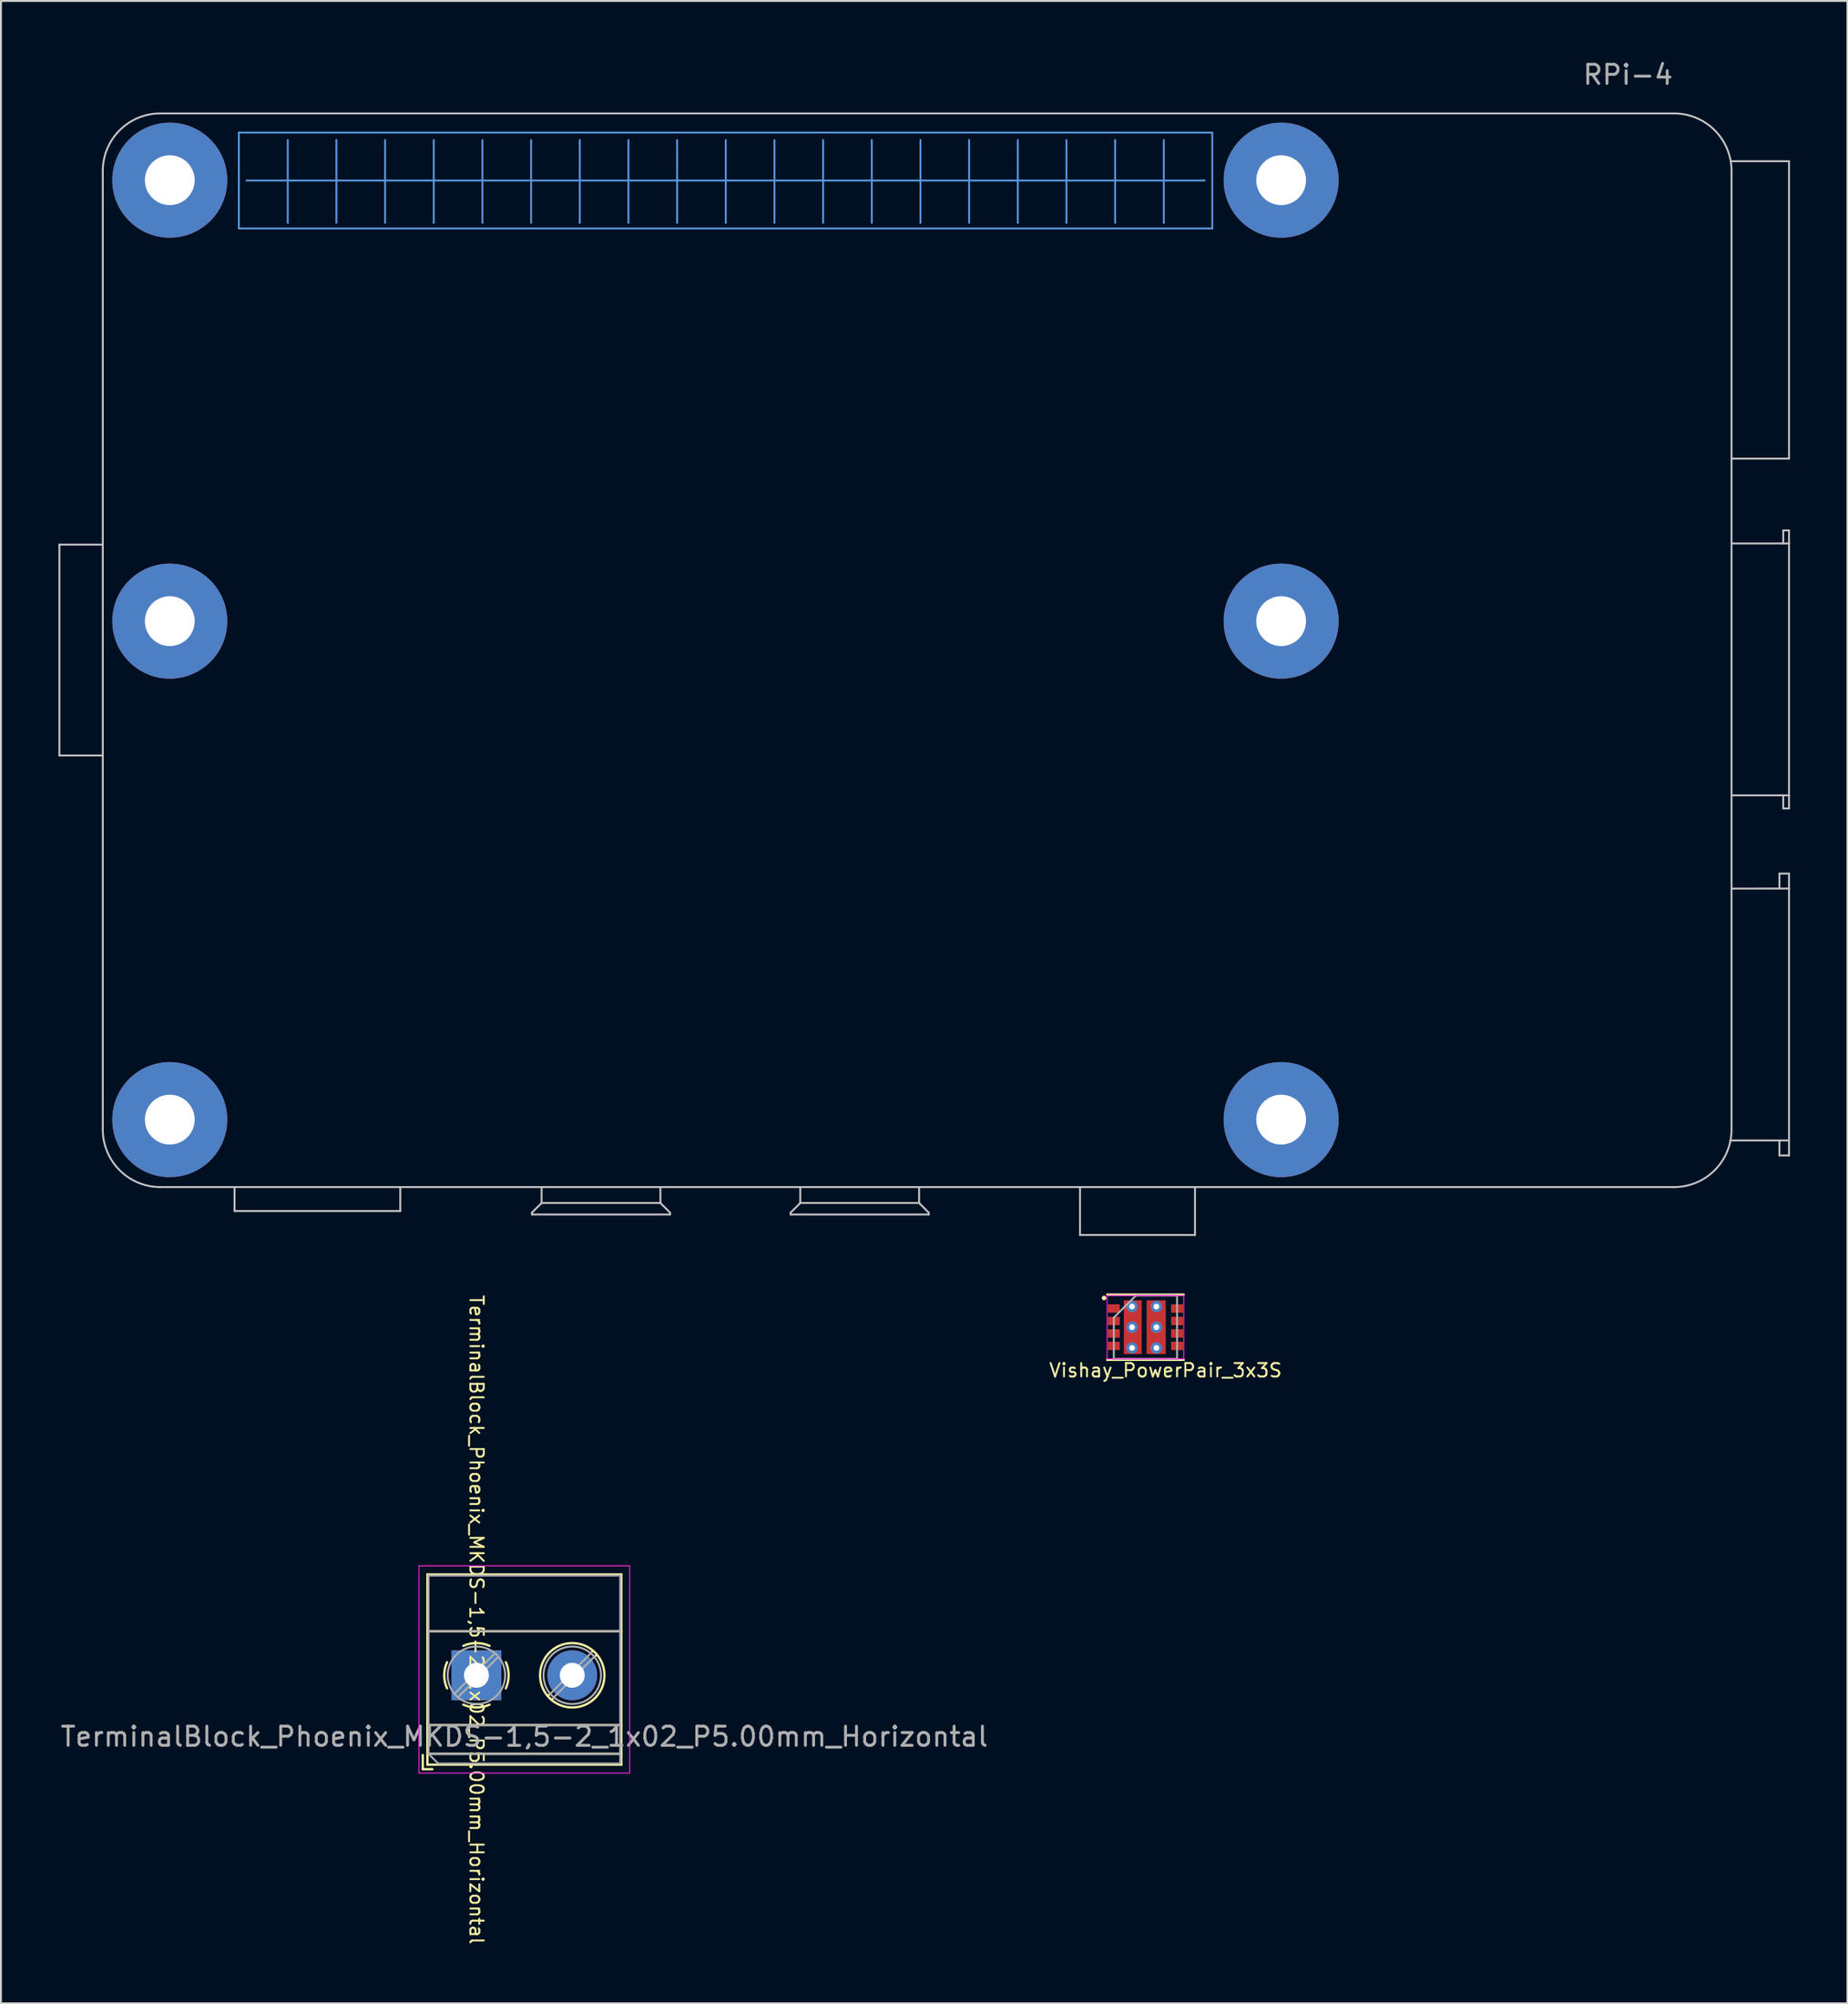
<source format=kicad_pcb>
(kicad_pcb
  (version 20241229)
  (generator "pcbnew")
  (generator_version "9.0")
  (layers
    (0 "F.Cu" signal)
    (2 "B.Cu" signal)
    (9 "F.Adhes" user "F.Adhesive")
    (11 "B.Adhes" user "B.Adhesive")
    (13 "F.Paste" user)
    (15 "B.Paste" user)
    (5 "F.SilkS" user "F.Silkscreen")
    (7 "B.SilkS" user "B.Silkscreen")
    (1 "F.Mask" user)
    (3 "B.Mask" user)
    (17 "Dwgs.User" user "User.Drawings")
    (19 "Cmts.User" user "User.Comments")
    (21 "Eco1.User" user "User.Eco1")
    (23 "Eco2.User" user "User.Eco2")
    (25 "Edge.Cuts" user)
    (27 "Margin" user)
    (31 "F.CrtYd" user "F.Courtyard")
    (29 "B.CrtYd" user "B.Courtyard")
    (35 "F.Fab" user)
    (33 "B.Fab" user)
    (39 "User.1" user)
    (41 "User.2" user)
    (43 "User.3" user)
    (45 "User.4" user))
  (footprint "TerminalBlock_Phoenix_MKDS-1,5-2_1x02_P5.00mm_Horizontal"
    (layer "F.Cu")
    (at 21.815 84.33)
    (property "Reference" "TerminalBlock_Phoenix_MKDS-1,5-2_1x02_P5.00mm_Horizontal" (at 0 -2.9 270) (unlocked yes) (layer "F.SilkS") (effects (font (size 0.7 0.7) (thickness 0.1))))
    (attr through_hole)
    (fp_line (start -2.8 4.16) (end -2.8 4.9) (stroke (width 0.12) (type solid)) (layer "F.SilkS"))
    (fp_line (start -2.8 4.9) (end -2.3 4.9) (stroke (width 0.12) (type solid)) (layer "F.SilkS"))
    (fp_line (start -2.56 -5.261) (end -2.56 4.66) (stroke (width 0.12) (type solid)) (layer "F.SilkS"))
    (fp_line (start -2.56 -5.261) (end 7.56 -5.261) (stroke (width 0.12) (type solid)) (layer "F.SilkS"))
    (fp_line (start -2.56 -2.301) (end 7.56 -2.301) (stroke (width 0.12) (type solid)) (layer "F.SilkS"))
    (fp_line (start -2.56 2.6) (end 7.56 2.6) (stroke (width 0.12) (type solid)) (layer "F.SilkS"))
    (fp_line (start -2.56 4.1) (end 7.56 4.1) (stroke (width 0.12) (type solid)) (layer "F.SilkS"))
    (fp_line (start -2.56 4.66) (end 7.56 4.66) (stroke (width 0.12) (type solid)) (layer "F.SilkS"))
    (fp_line (start 3.773 1.023) (end 3.726 1.069) (stroke (width 0.12) (type solid)) (layer "F.SilkS"))
    (fp_line (start 3.966 1.239) (end 3.931 1.274) (stroke (width 0.12) (type solid)) (layer "F.SilkS"))
    (fp_line (start 6.07 -1.275) (end 6.035 -1.239) (stroke (width 0.12) (type solid)) (layer "F.SilkS"))
    (fp_line (start 6.275 -1.069) (end 6.228 -1.023) (stroke (width 0.12) (type solid)) (layer "F.SilkS"))
    (fp_line (start 7.56 -5.261) (end 7.56 4.66) (stroke (width 0.12) (type solid)) (layer "F.SilkS"))
    (fp_arc (start -1.535427 0.683042) (mid -1.680501 -0.000524) (end -1.535 -0.684) (stroke (width 0.12) (type solid)) (layer "F.SilkS"))
    (fp_arc (start -0.683042 -1.535427) (mid 0.000524 -1.680501) (end 0.684 -1.535) (stroke (width 0.12) (type solid)) (layer "F.SilkS"))
    (fp_arc (start 0.028805 1.680253) (mid -0.335551 1.646659) (end -0.684 1.535) (stroke (width 0.12) (type solid)) (layer "F.SilkS"))
    (fp_arc (start 0.683318 1.534756) (mid 0.349292 1.643288) (end 0 1.68) (stroke (width 0.12) (type solid)) (layer "F.SilkS"))
    (fp_arc (start 1.535427 -0.683042) (mid 1.680501 0.000524) (end 1.535 0.684) (stroke (width 0.12) (type solid)) (layer "F.SilkS"))
    (fp_circle (center 5 0) (end 6.68 0) (stroke (width 0.12) (type solid)) (fill no) (layer "F.SilkS"))
    (fp_line (start -3 -5.71) (end -3 5.1) (stroke (width 0.05) (type solid)) (layer "F.CrtYd"))
    (fp_line (start -3 5.1) (end 8 5.1) (stroke (width 0.05) (type solid)) (layer "F.CrtYd"))
    (fp_line (start 8 -5.71) (end -3 -5.71) (stroke (width 0.05) (type solid)) (layer "F.CrtYd"))
    (fp_line (start 8 5.1) (end 8 -5.71) (stroke (width 0.05) (type solid)) (layer "F.CrtYd"))
    (fp_line (start -2.5 -5.2) (end 7.5 -5.2) (stroke (width 0.1) (type solid)) (layer "F.Fab"))
    (fp_line (start -2.5 -2.3) (end 7.5 -2.3) (stroke (width 0.1) (type solid)) (layer "F.Fab"))
    (fp_line (start -2.5 2.6) (end 7.5 2.6) (stroke (width 0.1) (type solid)) (layer "F.Fab"))
    (fp_line (start -2.5 4.1) (end -2.5 -5.2) (stroke (width 0.1) (type solid)) (layer "F.Fab"))
    (fp_line (start -2.5 4.1) (end 7.5 4.1) (stroke (width 0.1) (type solid)) (layer "F.Fab"))
    (fp_line (start -2 4.6) (end -2.5 4.1) (stroke (width 0.1) (type solid)) (layer "F.Fab"))
    (fp_line (start 0.955 -1.138) (end -1.138 0.955) (stroke (width 0.1) (type solid)) (layer "F.Fab"))
    (fp_line (start 1.138 -0.955) (end -0.955 1.138) (stroke (width 0.1) (type solid)) (layer "F.Fab"))
    (fp_line (start 5.955 -1.138) (end 3.863 0.955) (stroke (width 0.1) (type solid)) (layer "F.Fab"))
    (fp_line (start 6.138 -0.955) (end 4.046 1.138) (stroke (width 0.1) (type solid)) (layer "F.Fab"))
    (fp_line (start 7.5 -5.2) (end 7.5 4.6) (stroke (width 0.1) (type solid)) (layer "F.Fab"))
    (fp_line (start 7.5 4.6) (end -2 4.6) (stroke (width 0.1) (type solid)) (layer "F.Fab"))
    (fp_circle (center 0 0) (end 1.5 0) (stroke (width 0.1) (type solid)) (fill no) (layer "F.Fab"))
    (fp_circle (center 5 0) (end 6.5 0) (stroke (width 0.1) (type solid)) (fill no) (layer "F.Fab"))
    (fp_text user "${REFERENCE}" (at 2.5 3.2 0) (unlocked yes) (layer "F.Fab") (effects (font (size 1 1) (thickness 0.15))))
    (pad "1" thru_hole rect (at 0 0) (size 2.6 2.6) (drill 1.3) (layers "*.Cu" "*.Mask"))
    (pad "2" thru_hole circle (at 5 0) (size 2.6 2.6) (drill 1.3) (layers "*.Cu" "*.Mask")))
  (footprint "RPi-4"
    (layer "F.Cu")
    (at 34.81 30.848)
    (property "Reference" "RPi-4" (at 47.1 -30 0) (unlocked yes) (layer "F.Fab") (effects (font (size 1 1) (thickness 0.15))))
    (attr exclude_from_pos_files exclude_from_bom)
    (fp_line (start -34.76 -5.492) (end -32.5 -5.492) (stroke (width 0.1) (type solid)) (layer "Dwgs.User"))
    (fp_line (start -34.76 5.508) (end -34.76 -5.492) (stroke (width 0.1) (type solid)) (layer "Dwgs.User"))
    (fp_line (start -32.5 5.508) (end -34.76 5.508) (stroke (width 0.1) (type solid)) (layer "Dwgs.User"))
    (fp_line (start -32.495 -24.982) (end -32.495 25.018) (stroke (width 0.1) (type solid)) (layer "Dwgs.User"))
    (fp_line (start -29.495 28.018) (end 49.505 28.018) (stroke (width 0.1) (type solid)) (layer "Dwgs.User"))
    (fp_line (start -25.62 28.018) (end -25.62 29.268) (stroke (width 0.1) (type solid)) (layer "Dwgs.User"))
    (fp_line (start -25.62 29.268) (end -16.97 29.268) (stroke (width 0.1) (type solid)) (layer "Dwgs.User"))
    (fp_line (start -16.97 29.268) (end -16.97 28.018) (stroke (width 0.1) (type solid)) (layer "Dwgs.User"))
    (fp_line (start -10.095 29.348) (end -10.095 29.448) (stroke (width 0.1) (type solid)) (layer "Dwgs.User"))
    (fp_line (start -10.095 29.448) (end -2.895 29.448) (stroke (width 0.1) (type solid)) (layer "Dwgs.User"))
    (fp_line (start -9.595 28.848) (end -10.095 29.348) (stroke (width 0.1) (type solid)) (layer "Dwgs.User"))
    (fp_line (start -9.595 28.848) (end -9.595 28.018) (stroke (width 0.1) (type solid)) (layer "Dwgs.User"))
    (fp_line (start -3.395 28.018) (end -3.395 28.848) (stroke (width 0.1) (type solid)) (layer "Dwgs.User"))
    (fp_line (start -3.395 28.848) (end -9.595 28.848) (stroke (width 0.1) (type solid)) (layer "Dwgs.User"))
    (fp_line (start -2.895 29.348) (end -3.395 28.848) (stroke (width 0.1) (type solid)) (layer "Dwgs.User"))
    (fp_line (start -2.895 29.448) (end -2.895 29.348) (stroke (width 0.1) (type solid)) (layer "Dwgs.User"))
    (fp_line (start 3.405 29.348) (end 3.405 29.448) (stroke (width 0.1) (type solid)) (layer "Dwgs.User"))
    (fp_line (start 3.405 29.448) (end 10.605 29.448) (stroke (width 0.1) (type solid)) (layer "Dwgs.User"))
    (fp_line (start 3.905 28.848) (end 3.405 29.348) (stroke (width 0.1) (type solid)) (layer "Dwgs.User"))
    (fp_line (start 3.905 28.848) (end 3.905 28.018) (stroke (width 0.1) (type solid)) (layer "Dwgs.User"))
    (fp_line (start 10.105 28.018) (end 10.105 28.848) (stroke (width 0.1) (type solid)) (layer "Dwgs.User"))
    (fp_line (start 10.105 28.848) (end 3.905 28.848) (stroke (width 0.1) (type solid)) (layer "Dwgs.User"))
    (fp_line (start 10.605 29.348) (end 10.105 28.848) (stroke (width 0.1) (type solid)) (layer "Dwgs.User"))
    (fp_line (start 10.605 29.448) (end 10.605 29.348) (stroke (width 0.1) (type solid)) (layer "Dwgs.User"))
    (fp_line (start 18.505 28.018) (end 18.505 30.518) (stroke (width 0.1) (type solid)) (layer "Dwgs.User"))
    (fp_line (start 18.505 30.518) (end 24.505 30.518) (stroke (width 0.1) (type solid)) (layer "Dwgs.User"))
    (fp_line (start 24.505 30.518) (end 24.505 28.018) (stroke (width 0.1) (type solid)) (layer "Dwgs.User"))
    (fp_line (start 49.505 -27.982) (end -29.495 -27.982) (stroke (width 0.1) (type solid)) (layer "Dwgs.User"))
    (fp_line (start 52.505 25.018) (end 52.505 -24.982) (stroke (width 0.1) (type solid)) (layer "Dwgs.User"))
    (fp_line (start 52.55 -9.977) (end 55.505 -9.977) (stroke (width 0.1) (type solid)) (layer "Dwgs.User"))
    (fp_line (start 52.55 -5.552) (end 55.505 -5.552) (stroke (width 0.1) (type solid)) (layer "Dwgs.User"))
    (fp_line (start 52.55 12.45) (end 55.505 12.448) (stroke (width 0.1) (type solid)) (layer "Dwgs.User"))
    (fp_line (start 55.005 11.668) (end 55.005 12.448) (stroke (width 0.1) (type solid)) (layer "Dwgs.User"))
    (fp_line (start 55.005 26.368) (end 55.005 25.588) (stroke (width 0.1) (type solid)) (layer "Dwgs.User"))
    (fp_line (start 55.205 -6.232) (end 55.205 -5.552) (stroke (width 0.1) (type solid)) (layer "Dwgs.User"))
    (fp_line (start 55.205 8.268) (end 55.205 7.588) (stroke (width 0.1) (type solid)) (layer "Dwgs.User"))
    (fp_line (start 55.505 -25.487) (end 52.5 -25.487) (stroke (width 0.1) (type solid)) (layer "Dwgs.User"))
    (fp_line (start 55.505 -9.977) (end 55.505 -25.487) (stroke (width 0.1) (type solid)) (layer "Dwgs.User"))
    (fp_line (start 55.505 -6.232) (end 55.205 -6.232) (stroke (width 0.1) (type solid)) (layer "Dwgs.User"))
    (fp_line (start 55.505 -5.552) (end 55.505 -6.232) (stroke (width 0.1) (type solid)) (layer "Dwgs.User"))
    (fp_line (start 55.505 -5.552) (end 55.505 7.588) (stroke (width 0.1) (type solid)) (layer "Dwgs.User"))
    (fp_line (start 55.505 7.588) (end 52.55 7.588) (stroke (width 0.1) (type solid)) (layer "Dwgs.User"))
    (fp_line (start 55.505 7.588) (end 55.505 8.268) (stroke (width 0.1) (type solid)) (layer "Dwgs.User"))
    (fp_line (start 55.505 8.268) (end 55.205 8.268) (stroke (width 0.1) (type solid)) (layer "Dwgs.User"))
    (fp_line (start 55.505 11.668) (end 55.005 11.668) (stroke (width 0.1) (type solid)) (layer "Dwgs.User"))
    (fp_line (start 55.505 12.448) (end 55.505 11.668) (stroke (width 0.1) (type solid)) (layer "Dwgs.User"))
    (fp_line (start 55.505 12.448) (end 55.505 26.368) (stroke (width 0.1) (type solid)) (layer "Dwgs.User"))
    (fp_line (start 55.505 25.588) (end 52.45 25.588) (stroke (width 0.1) (type solid)) (layer "Dwgs.User"))
    (fp_line (start 55.505 26.368) (end 55.005 26.368) (stroke (width 0.1) (type solid)) (layer "Dwgs.User"))
    (fp_arc (start -32.494701 -24.981905) (mid -31.61602 -27.103223) (end -29.4947 -27.9819) (stroke (width 0.1) (type solid)) (layer "Dwgs.User"))
    (fp_arc (start -29.494706 28.0181) (mid -31.616023 27.139419) (end -32.4947 25.0181) (stroke (width 0.1) (type solid)) (layer "Dwgs.User"))
    (fp_arc (start 49.505304 -27.9819) (mid 51.626622 -27.103219) (end 52.5053 -24.9819) (stroke (width 0.1) (type solid)) (layer "Dwgs.User"))
    (fp_arc (start 52.505299 25.018105) (mid 51.626618 27.139421) (end 49.5053 28.0181) (stroke (width 0.1) (type solid)) (layer "Dwgs.User"))
    (fp_line (start -25.395 -26.982) (end -25.395 -21.982) (stroke (width 0.1) (type solid)) (layer "Cmts.User"))
    (fp_line (start -25.395 -21.982) (end 25.405 -21.982) (stroke (width 0.1) (type solid)) (layer "Cmts.User"))
    (fp_line (start -24.995 -24.482) (end 25.005 -24.482) (stroke (width 0.1) (type solid)) (layer "Cmts.User"))
    (fp_line (start -22.843 -26.592) (end -22.843 -22.274) (stroke (width 0.1) (type solid)) (layer "Cmts.User"))
    (fp_line (start -20.303 -26.592) (end -20.303 -22.274) (stroke (width 0.1) (type solid)) (layer "Cmts.User"))
    (fp_line (start -17.763 -26.592) (end -17.763 -22.274) (stroke (width 0.1) (type solid)) (layer "Cmts.User"))
    (fp_line (start -15.223 -26.592) (end -15.223 -22.274) (stroke (width 0.1) (type solid)) (layer "Cmts.User"))
    (fp_line (start -12.683 -26.592) (end -12.683 -22.274) (stroke (width 0.1) (type solid)) (layer "Cmts.User"))
    (fp_line (start -10.143 -26.592) (end -10.143 -22.274) (stroke (width 0.1) (type solid)) (layer "Cmts.User"))
    (fp_line (start -7.603 -26.592) (end -7.603 -22.274) (stroke (width 0.1) (type solid)) (layer "Cmts.User"))
    (fp_line (start -5.063 -26.592) (end -5.063 -22.274) (stroke (width 0.1) (type solid)) (layer "Cmts.User"))
    (fp_line (start -2.523 -26.592) (end -2.523 -22.274) (stroke (width 0.1) (type solid)) (layer "Cmts.User"))
    (fp_line (start 0.017 -26.592) (end 0.017 -22.274) (stroke (width 0.1) (type solid)) (layer "Cmts.User"))
    (fp_line (start 2.557 -26.592) (end 2.557 -22.274) (stroke (width 0.1) (type solid)) (layer "Cmts.User"))
    (fp_line (start 5.097 -26.592) (end 5.097 -22.274) (stroke (width 0.1) (type solid)) (layer "Cmts.User"))
    (fp_line (start 7.637 -26.592) (end 7.637 -22.274) (stroke (width 0.1) (type solid)) (layer "Cmts.User"))
    (fp_line (start 10.177 -26.592) (end 10.177 -22.274) (stroke (width 0.1) (type solid)) (layer "Cmts.User"))
    (fp_line (start 12.717 -26.592) (end 12.717 -22.274) (stroke (width 0.1) (type solid)) (layer "Cmts.User"))
    (fp_line (start 15.257 -26.592) (end 15.257 -22.274) (stroke (width 0.1) (type solid)) (layer "Cmts.User"))
    (fp_line (start 17.797 -26.592) (end 17.797 -22.274) (stroke (width 0.1) (type solid)) (layer "Cmts.User"))
    (fp_line (start 20.337 -26.592) (end 20.337 -22.274) (stroke (width 0.1) (type solid)) (layer "Cmts.User"))
    (fp_line (start 22.877 -26.592) (end 22.877 -22.274) (stroke (width 0.1) (type solid)) (layer "Cmts.User"))
    (fp_line (start 25.405 -26.982) (end -25.395 -26.982) (stroke (width 0.1) (type solid)) (layer "Cmts.User"))
    (fp_line (start 25.405 -21.982) (end 25.405 -26.982) (stroke (width 0.1) (type solid)) (layer "Cmts.User"))
    (pad "" thru_hole circle (at -29 -24.5) (size 6 6) (drill 2.6) (layers "*.Cu" "*.Mask"))
    (pad "" thru_hole circle (at -29 -1.5) (size 6 6) (drill 2.6) (layers "*.Cu" "*.Mask"))
    (pad "" thru_hole circle (at -29 24.5) (size 6 6) (drill 2.6) (layers "*.Cu" "*.Mask"))
    (pad "" thru_hole circle (at 29 -24.5) (size 6 6) (drill 2.6) (layers "*.Cu" "*.Mask"))
    (pad "" thru_hole circle (at 29 -1.5) (size 6 6) (drill 2.6) (layers "*.Cu" "*.Mask"))
    (pad "" thru_hole circle (at 29 24.5) (size 6 6) (drill 2.6) (layers "*.Cu" "*.Mask")))
  (footprint "Vishay_PowerPair_3x3S"
    (layer "F.Cu")
    (at 56.728 66.176)
    (property "Reference" "Vishay_PowerPair_3x3S" (at 1.05 2.25 0) (unlocked yes) (layer "F.SilkS") (effects (font (size 0.7 0.7) (thickness 0.1))))
    (attr smd)
    (fp_line (start -2 -1.7) (end 2 -1.7) (stroke (width 0.12) (type solid)) (layer "F.SilkS"))
    (fp_line (start -2 1.7) (end 2 1.7) (stroke (width 0.12) (type solid)) (layer "F.SilkS"))
    (fp_circle (center -2.159 -1.524) (end -2.099 -1.524) (stroke (width 0.12) (type solid)) (fill no) (layer "F.SilkS"))
    (fp_line (start -2 -1.65) (end -2 1.65) (stroke (width 0.05) (type solid)) (layer "F.CrtYd"))
    (fp_line (start -2 -1.65) (end 2 -1.65) (stroke (width 0.05) (type solid)) (layer "F.CrtYd"))
    (fp_line (start -2 1.65) (end 2 1.65) (stroke (width 0.05) (type solid)) (layer "F.CrtYd"))
    (fp_line (start 2 -1.65) (end 2 1.65) (stroke (width 0.05) (type solid)) (layer "F.CrtYd"))
    (fp_line (start -1.65 -0.5) (end -0.5 -1.65) (stroke (width 0.1) (type solid)) (layer "F.Fab"))
    (fp_line (start -1.65 1.65) (end -1.65 -0.5) (stroke (width 0.1) (type solid)) (layer "F.Fab"))
    (fp_line (start -0.5 -1.65) (end 1.65 -1.65) (stroke (width 0.1) (type solid)) (layer "F.Fab"))
    (fp_line (start 1.65 -1.65) (end 1.65 1.65) (stroke (width 0.1) (type solid)) (layer "F.Fab"))
    (fp_line (start 1.65 1.65) (end -1.65 1.65) (stroke (width 0.1) (type solid)) (layer "F.Fab"))
    (pad "1" smd rect (at -1.65 -0.975) (size 0.62 0.44) (layers "F.Cu" "F.Mask" "F.Paste"))
    (pad "2" smd rect (at -1.65 -0.325) (size 0.62 0.44) (layers "F.Cu" "F.Mask" "F.Paste"))
    (pad "2" smd rect (at -1.65 0.325) (size 0.62 0.44) (layers "F.Cu" "F.Mask" "F.Paste"))
    (pad "2" smd rect (at -1.65 0.975) (size 0.62 0.44) (layers "F.Cu" "F.Mask" "F.Paste"))
    (pad "2" thru_hole circle (at -0.699 -1.079) (size 0.6 0.6) (drill 0.3) (layers "*.Cu" "*.Mask"))
    (pad "2" thru_hole circle (at -0.699 0) (size 0.6 0.6) (drill 0.3) (layers "*.Cu" "*.Mask"))
    (pad "2" thru_hole circle (at -0.699 1.079) (size 0.6 0.6) (drill 0.3) (layers "*.Cu" "*.Mask"))
    (pad "2" smd rect (at -0.662 0) (size 0.935 2.8) (layers "F.Cu" "F.Mask" "F.Paste"))
    (pad "5" smd rect (at 1.65 -0.325) (size 0.62 0.44) (layers "F.Cu" "F.Mask" "F.Paste"))
    (pad "5" smd rect (at 1.65 0.325) (size 0.62 0.44) (layers "F.Cu" "F.Mask" "F.Paste"))
    (pad "5" smd rect (at 1.65 0.975) (size 0.62 0.44) (layers "F.Cu" "F.Mask" "F.Paste"))
    (pad "8" smd rect (at 1.65 -0.975) (size 0.62 0.44) (layers "F.Cu" "F.Mask" "F.Paste"))
    (pad "9" smd rect (at 0.56 0) (size 1 2.8) (layers "F.Cu" "F.Mask" "F.Paste"))
    (pad "9" thru_hole circle (at 0.572 -1.079) (size 0.6 0.6) (drill 0.3) (layers "*.Cu" "*.Mask"))
    (pad "9" thru_hole circle (at 0.572 0) (size 0.6 0.6) (drill 0.3) (layers "*.Cu" "*.Mask"))
    (pad "9" thru_hole circle (at 0.572 1.079) (size 0.6 0.6) (drill 0.3) (layers "*.Cu" "*.Mask")))
  (gr_rect
    (start -3 -3)
    (end 93.365 101.443)
    (stroke (width 0.1) (type default))
    (fill no)
    (layer "Edge.Cuts")))
</source>
